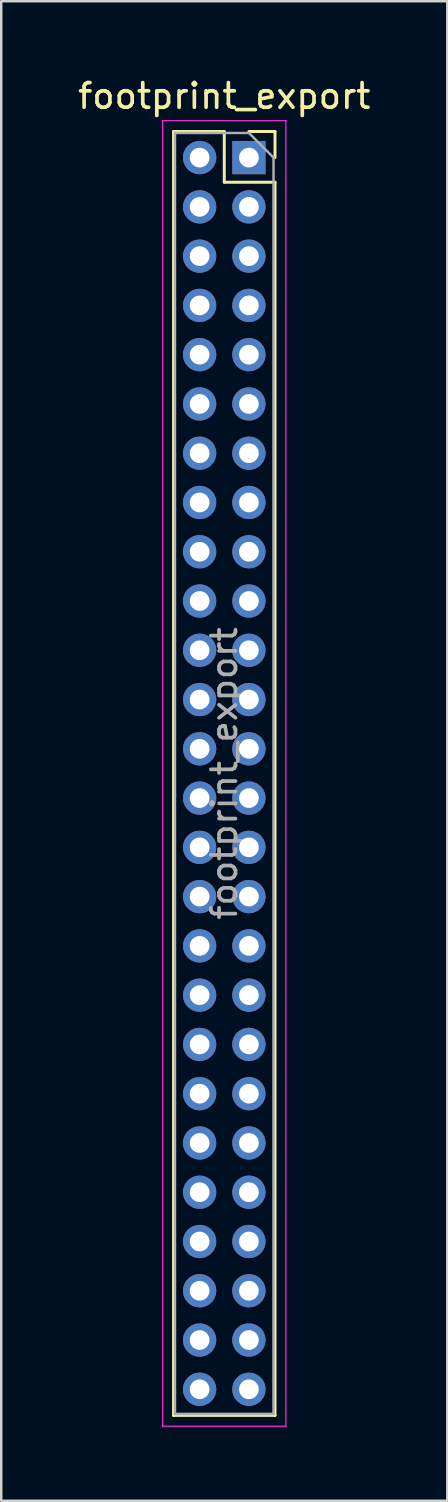
<source format=kicad_pcb>
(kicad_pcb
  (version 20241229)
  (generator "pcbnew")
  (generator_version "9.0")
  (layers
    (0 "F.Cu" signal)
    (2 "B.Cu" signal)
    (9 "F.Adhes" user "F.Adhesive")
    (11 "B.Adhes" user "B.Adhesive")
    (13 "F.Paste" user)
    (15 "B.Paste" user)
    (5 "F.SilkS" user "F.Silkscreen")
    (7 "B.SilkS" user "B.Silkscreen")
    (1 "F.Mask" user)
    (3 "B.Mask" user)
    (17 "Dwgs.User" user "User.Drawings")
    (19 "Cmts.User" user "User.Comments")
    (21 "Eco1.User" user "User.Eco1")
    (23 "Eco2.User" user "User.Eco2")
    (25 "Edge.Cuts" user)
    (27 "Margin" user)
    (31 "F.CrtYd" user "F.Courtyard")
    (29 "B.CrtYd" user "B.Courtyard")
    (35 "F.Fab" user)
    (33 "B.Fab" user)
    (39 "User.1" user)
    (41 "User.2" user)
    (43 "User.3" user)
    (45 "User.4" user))
  (footprint "footprint_export"
    (layer "F.Cu")
    (at 7.054 3.348)
    (property "Reference" "footprint_export" (at -1 -2.5 0) (layer "F.SilkS") (effects (font (size 1 1) (thickness 0.15))))
    (attr through_hole)
    (fp_line (start -3.06 -1.06) (end -3.06 51.06) (stroke (width 0.12) (type solid)) (layer "F.SilkS"))
    (fp_line (start -3.06 -1.06) (end -1 -1.06) (stroke (width 0.12) (type solid)) (layer "F.SilkS"))
    (fp_line (start -3.06 51.06) (end 1.06 51.06) (stroke (width 0.12) (type solid)) (layer "F.SilkS"))
    (fp_line (start -1 -1.06) (end -1 1) (stroke (width 0.12) (type solid)) (layer "F.SilkS"))
    (fp_line (start -1 1) (end 1.06 1) (stroke (width 0.12) (type solid)) (layer "F.SilkS"))
    (fp_line (start 0 -1.06) (end 1.06 -1.06) (stroke (width 0.12) (type solid)) (layer "F.SilkS"))
    (fp_line (start 1.06 -1.06) (end 1.06 0) (stroke (width 0.12) (type solid)) (layer "F.SilkS"))
    (fp_line (start 1.06 1) (end 1.06 51.06) (stroke (width 0.12) (type solid)) (layer "F.SilkS"))
    (fp_line (start -3.5 -1.5) (end 1.5 -1.5) (stroke (width 0.05) (type solid)) (layer "F.CrtYd"))
    (fp_line (start -3.5 51.5) (end -3.5 -1.5) (stroke (width 0.05) (type solid)) (layer "F.CrtYd"))
    (fp_line (start 1.5 -1.5) (end 1.5 51.5) (stroke (width 0.05) (type solid)) (layer "F.CrtYd"))
    (fp_line (start 1.5 51.5) (end -3.5 51.5) (stroke (width 0.05) (type solid)) (layer "F.CrtYd"))
    (fp_line (start -3 -1) (end 0 -1) (stroke (width 0.1) (type solid)) (layer "F.Fab"))
    (fp_line (start -3 51) (end -3 -1) (stroke (width 0.1) (type solid)) (layer "F.Fab"))
    (fp_line (start 0 -1) (end 1 0) (stroke (width 0.1) (type solid)) (layer "F.Fab"))
    (fp_line (start 1 0) (end 1 51) (stroke (width 0.1) (type solid)) (layer "F.Fab"))
    (fp_line (start 1 51) (end -3 51) (stroke (width 0.1) (type solid)) (layer "F.Fab"))
    (fp_text user "${REFERENCE}" (at -1 25 90) (layer "F.Fab") (effects (font (size 1 1) (thickness 0.15))))
    (pad "1" thru_hole rect (at 0 0) (size 1.35 1.35) (drill 0.8) (layers "*.Cu" "*.Mask"))
    (pad "2" thru_hole oval (at -2 0) (size 1.35 1.35) (drill 0.8) (layers "*.Cu" "*.Mask"))
    (pad "3" thru_hole oval (at 0 2) (size 1.35 1.35) (drill 0.8) (layers "*.Cu" "*.Mask"))
    (pad "4" thru_hole oval (at -2 2) (size 1.35 1.35) (drill 0.8) (layers "*.Cu" "*.Mask"))
    (pad "5" thru_hole oval (at 0 4) (size 1.35 1.35) (drill 0.8) (layers "*.Cu" "*.Mask"))
    (pad "6" thru_hole oval (at -2 4) (size 1.35 1.35) (drill 0.8) (layers "*.Cu" "*.Mask"))
    (pad "7" thru_hole oval (at 0 6) (size 1.35 1.35) (drill 0.8) (layers "*.Cu" "*.Mask"))
    (pad "8" thru_hole oval (at -2 6) (size 1.35 1.35) (drill 0.8) (layers "*.Cu" "*.Mask"))
    (pad "9" thru_hole oval (at 0 8) (size 1.35 1.35) (drill 0.8) (layers "*.Cu" "*.Mask"))
    (pad "10" thru_hole oval (at -2 8) (size 1.35 1.35) (drill 0.8) (layers "*.Cu" "*.Mask"))
    (pad "11" thru_hole oval (at 0 10) (size 1.35 1.35) (drill 0.8) (layers "*.Cu" "*.Mask"))
    (pad "12" thru_hole oval (at -2 10) (size 1.35 1.35) (drill 0.8) (layers "*.Cu" "*.Mask"))
    (pad "13" thru_hole oval (at 0 12) (size 1.35 1.35) (drill 0.8) (layers "*.Cu" "*.Mask"))
    (pad "14" thru_hole oval (at -2 12) (size 1.35 1.35) (drill 0.8) (layers "*.Cu" "*.Mask"))
    (pad "15" thru_hole oval (at 0 14) (size 1.35 1.35) (drill 0.8) (layers "*.Cu" "*.Mask"))
    (pad "16" thru_hole oval (at -2 14) (size 1.35 1.35) (drill 0.8) (layers "*.Cu" "*.Mask"))
    (pad "17" thru_hole oval (at 0 16) (size 1.35 1.35) (drill 0.8) (layers "*.Cu" "*.Mask"))
    (pad "18" thru_hole oval (at -2 16) (size 1.35 1.35) (drill 0.8) (layers "*.Cu" "*.Mask"))
    (pad "19" thru_hole oval (at 0 18) (size 1.35 1.35) (drill 0.8) (layers "*.Cu" "*.Mask"))
    (pad "20" thru_hole oval (at -2 18) (size 1.35 1.35) (drill 0.8) (layers "*.Cu" "*.Mask"))
    (pad "21" thru_hole oval (at 0 20) (size 1.35 1.35) (drill 0.8) (layers "*.Cu" "*.Mask"))
    (pad "22" thru_hole oval (at -2 20) (size 1.35 1.35) (drill 0.8) (layers "*.Cu" "*.Mask"))
    (pad "23" thru_hole oval (at 0 22) (size 1.35 1.35) (drill 0.8) (layers "*.Cu" "*.Mask"))
    (pad "24" thru_hole oval (at -2 22) (size 1.35 1.35) (drill 0.8) (layers "*.Cu" "*.Mask"))
    (pad "25" thru_hole oval (at 0 24) (size 1.35 1.35) (drill 0.8) (layers "*.Cu" "*.Mask"))
    (pad "26" thru_hole oval (at -2 24) (size 1.35 1.35) (drill 0.8) (layers "*.Cu" "*.Mask"))
    (pad "27" thru_hole oval (at 0 26) (size 1.35 1.35) (drill 0.8) (layers "*.Cu" "*.Mask"))
    (pad "28" thru_hole oval (at -2 26) (size 1.35 1.35) (drill 0.8) (layers "*.Cu" "*.Mask"))
    (pad "29" thru_hole oval (at 0 28) (size 1.35 1.35) (drill 0.8) (layers "*.Cu" "*.Mask"))
    (pad "30" thru_hole oval (at -2 28) (size 1.35 1.35) (drill 0.8) (layers "*.Cu" "*.Mask"))
    (pad "31" thru_hole oval (at 0 30) (size 1.35 1.35) (drill 0.8) (layers "*.Cu" "*.Mask"))
    (pad "32" thru_hole oval (at -2 30) (size 1.35 1.35) (drill 0.8) (layers "*.Cu" "*.Mask"))
    (pad "33" thru_hole oval (at 0 32) (size 1.35 1.35) (drill 0.8) (layers "*.Cu" "*.Mask"))
    (pad "34" thru_hole oval (at -2 32) (size 1.35 1.35) (drill 0.8) (layers "*.Cu" "*.Mask"))
    (pad "35" thru_hole oval (at 0 34) (size 1.35 1.35) (drill 0.8) (layers "*.Cu" "*.Mask"))
    (pad "36" thru_hole oval (at -2 34) (size 1.35 1.35) (drill 0.8) (layers "*.Cu" "*.Mask"))
    (pad "37" thru_hole oval (at 0 36) (size 1.35 1.35) (drill 0.8) (layers "*.Cu" "*.Mask"))
    (pad "38" thru_hole oval (at -2 36) (size 1.35 1.35) (drill 0.8) (layers "*.Cu" "*.Mask"))
    (pad "39" thru_hole oval (at 0 38) (size 1.35 1.35) (drill 0.8) (layers "*.Cu" "*.Mask"))
    (pad "40" thru_hole oval (at -2 38) (size 1.35 1.35) (drill 0.8) (layers "*.Cu" "*.Mask"))
    (pad "41" thru_hole oval (at 0 40) (size 1.35 1.35) (drill 0.8) (layers "*.Cu" "*.Mask"))
    (pad "42" thru_hole oval (at -2 40) (size 1.35 1.35) (drill 0.8) (layers "*.Cu" "*.Mask"))
    (pad "43" thru_hole oval (at 0 42) (size 1.35 1.35) (drill 0.8) (layers "*.Cu" "*.Mask"))
    (pad "44" thru_hole oval (at -2 42) (size 1.35 1.35) (drill 0.8) (layers "*.Cu" "*.Mask"))
    (pad "45" thru_hole oval (at 0 44) (size 1.35 1.35) (drill 0.8) (layers "*.Cu" "*.Mask"))
    (pad "46" thru_hole oval (at -2 44) (size 1.35 1.35) (drill 0.8) (layers "*.Cu" "*.Mask"))
    (pad "47" thru_hole oval (at 0 46) (size 1.35 1.35) (drill 0.8) (layers "*.Cu" "*.Mask"))
    (pad "48" thru_hole oval (at -2 46) (size 1.35 1.35) (drill 0.8) (layers "*.Cu" "*.Mask"))
    (pad "49" thru_hole oval (at 0 48) (size 1.35 1.35) (drill 0.8) (layers "*.Cu" "*.Mask"))
    (pad "50" thru_hole oval (at -2 48) (size 1.35 1.35) (drill 0.8) (layers "*.Cu" "*.Mask"))
    (pad "51" thru_hole oval (at 0 50) (size 1.35 1.35) (drill 0.8) (layers "*.Cu" "*.Mask"))
    (pad "52" thru_hole oval (at -2 50) (size 1.35 1.35) (drill 0.8) (layers "*.Cu" "*.Mask")))
  (gr_rect
    (start -3 -3)
    (end 15.107 57.873)
    (stroke (width 0.1) (type default))
    (fill no)
    (layer "Edge.Cuts")))
</source>
